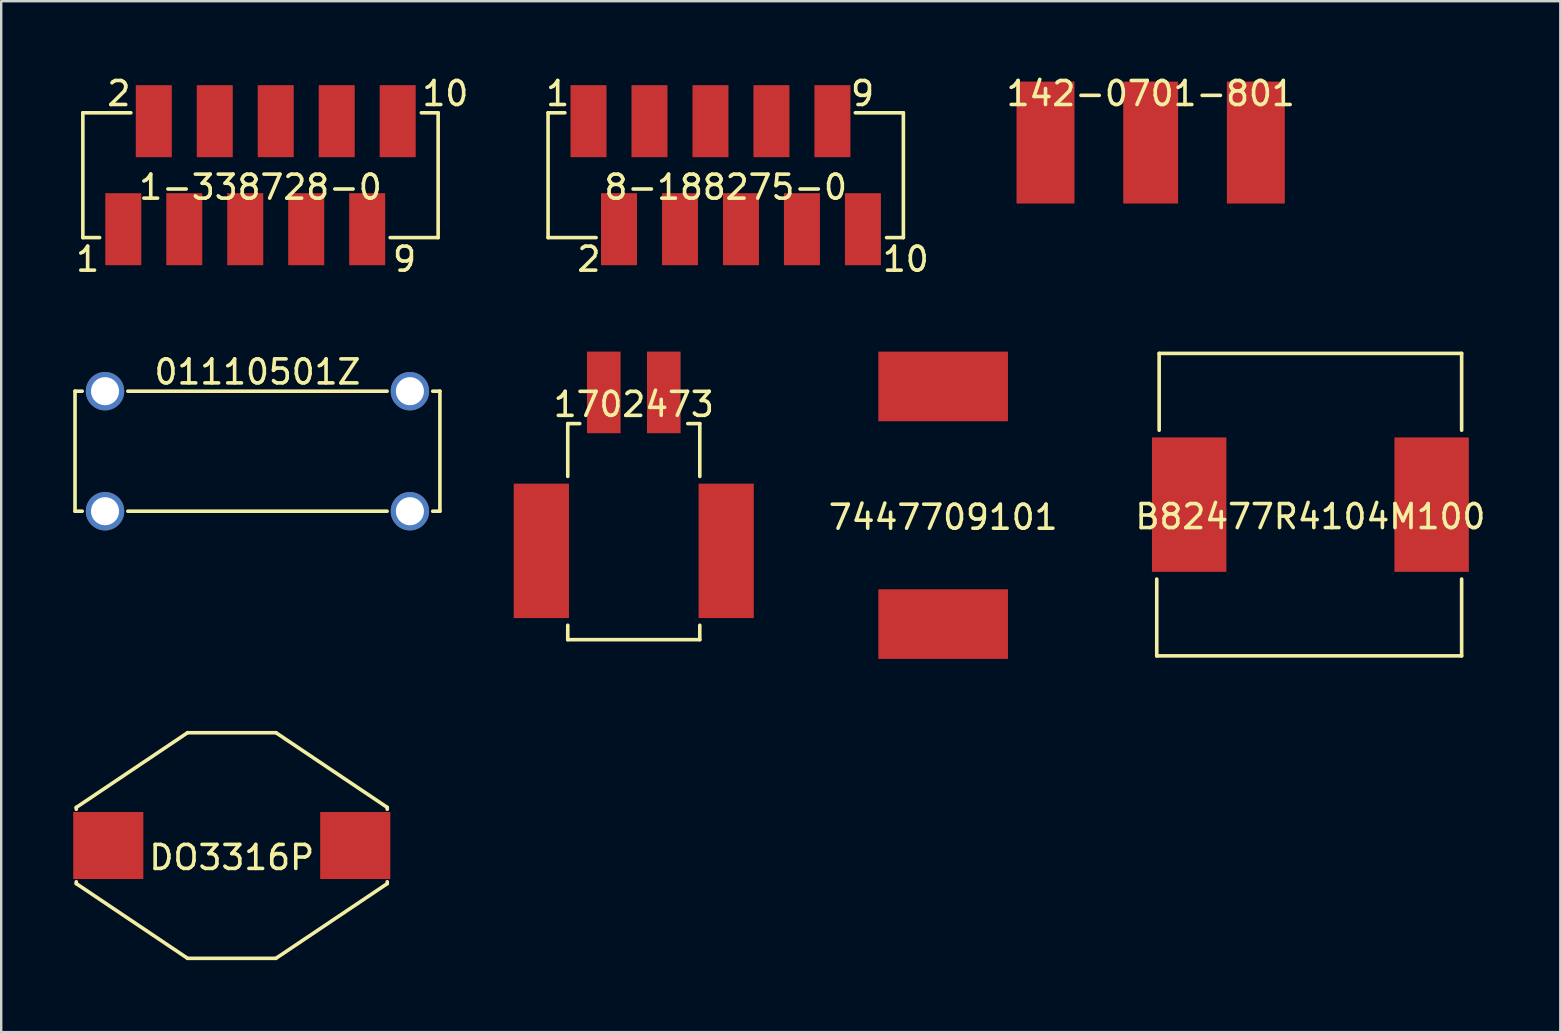
<source format=kicad_pcb>
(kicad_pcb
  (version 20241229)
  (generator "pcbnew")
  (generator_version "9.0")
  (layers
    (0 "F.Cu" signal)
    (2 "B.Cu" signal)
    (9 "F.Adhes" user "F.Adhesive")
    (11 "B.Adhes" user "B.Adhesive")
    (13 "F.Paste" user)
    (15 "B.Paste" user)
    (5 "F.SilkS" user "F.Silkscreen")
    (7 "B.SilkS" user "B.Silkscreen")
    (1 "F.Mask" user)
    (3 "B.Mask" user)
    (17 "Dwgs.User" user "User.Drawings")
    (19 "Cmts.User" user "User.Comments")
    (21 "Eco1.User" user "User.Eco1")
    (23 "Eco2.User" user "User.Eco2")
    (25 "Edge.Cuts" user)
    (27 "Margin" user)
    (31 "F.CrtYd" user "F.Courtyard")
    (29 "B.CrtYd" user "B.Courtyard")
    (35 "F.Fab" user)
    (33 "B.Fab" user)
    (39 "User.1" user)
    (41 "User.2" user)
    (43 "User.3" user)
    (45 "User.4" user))
  (footprint "B82477R4104M100"
    (layer "F.Cu")
    (at 51.535 17.971)
    (property "Reference" "B82477R4104M100" (at 0 0.5 0) (layer "F.SilkS") (effects (font (size 1 1) (thickness 0.15))))
    (attr through_hole)
    (fp_line (start -6.4 6.3) (end -6.4 3.1) (stroke (width 0.15) (type solid)) (layer "F.SilkS"))
    (fp_line (start -6.4 6.3) (end 6.3 6.3) (stroke (width 0.15) (type solid)) (layer "F.SilkS"))
    (fp_line (start -6.3 -6.3) (end -6.3 -3.1) (stroke (width 0.15) (type solid)) (layer "F.SilkS"))
    (fp_line (start -6.3 -6.3) (end 6.3 -6.3) (stroke (width 0.15) (type solid)) (layer "F.SilkS"))
    (fp_line (start 6.3 -6.3) (end 6.3 -3.1) (stroke (width 0.15) (type solid)) (layer "F.SilkS"))
    (fp_line (start 6.3 6.3) (end 6.3 3.1) (stroke (width 0.15) (type solid)) (layer "F.SilkS"))
    (pad "1" smd rect (at -5.05 0) (size 3.1 5.6) (layers "F.Cu" "F.Mask" "F.Paste"))
    (pad "2" smd rect (at 5.05 0) (size 3.1 5.6) (layers "F.Cu" "F.Mask" "F.Paste")))
  (footprint "142-0701-801"
    (layer "F.Cu")
    (at 44.882 0.348)
    (property "Reference" "142-0701-801" (at 0 0.5 0) (layer "F.SilkS") (effects (font (size 1 1) (thickness 0.15))))
    (attr through_hole)
    (pad "1" smd rect (at 0 2.54) (size 2.286 5.08) (layers "F.Cu" "F.Mask"))
    (pad "2" smd rect (at -4.381 2.54) (size 2.413 5.08) (layers "F.Cu" "F.Mask"))
    (pad "2" smd rect (at 4.381 2.54) (size 2.413 5.08) (layers "F.Cu" "F.Mask")))
  (footprint "7447709101"
    (layer "F.Cu")
    (at 36.237 17.997)
    (property "Reference" "7447709101" (at 0 0.5 0) (layer "F.SilkS") (effects (font (size 1 1) (thickness 0.15))))
    (attr through_hole)
    (pad "1" smd rect (at 0 -4.95) (size 5.4 2.9) (layers "F.Cu" "F.Mask" "F.Paste"))
    (pad "2" smd rect (at 0 4.95) (size 5.4 2.9) (layers "F.Cu" "F.Mask" "F.Paste")))
  (footprint "8-188275-0"
    (layer "F.Cu")
    (at 27.18 4.248)
    (property "Reference" "8-188275-0" (at 0 0.5 0) (layer "F.SilkS") (effects (font (size 1 1) (thickness 0.15))))
    (attr through_hole)
    (fp_line (start -7.4 -2.6) (end -7.4 2.6) (stroke (width 0.15) (type solid)) (layer "F.SilkS"))
    (fp_line (start -7.4 -2.6) (end -6.7 -2.6) (stroke (width 0.15) (type solid)) (layer "F.SilkS"))
    (fp_line (start -7.4 2.6) (end -5.4 2.6) (stroke (width 0.15) (type solid)) (layer "F.SilkS"))
    (fp_line (start 7.4 -2.6) (end 5.4 -2.6) (stroke (width 0.15) (type solid)) (layer "F.SilkS"))
    (fp_line (start 7.4 -2.6) (end 7.4 2.6) (stroke (width 0.15) (type solid)) (layer "F.SilkS"))
    (fp_line (start 7.4 2.6) (end 6.7 2.6) (stroke (width 0.15) (type solid)) (layer "F.SilkS"))
    (fp_text user "1" (at -7 -3.4 0) (layer "F.SilkS") (effects (font (size 1 1) (thickness 0.15))))
    (fp_text user "2" (at -5.7 3.5 0) (layer "F.SilkS") (effects (font (size 1 1) (thickness 0.15))))
    (fp_text user "10" (at 7.5 3.5 0) (layer "F.SilkS") (effects (font (size 1 1) (thickness 0.15))))
    (fp_text user "9" (at 5.7 -3.4 0) (layer "F.SilkS") (effects (font (size 1 1) (thickness 0.15))))
    (pad "1" smd rect (at -5.715 -2.25 90) (size 3 1.5) (layers "F.Cu" "F.Mask" "F.Paste"))
    (pad "2" smd rect (at -4.445 2.25 90) (size 3 1.5) (layers "F.Cu" "F.Mask" "F.Paste"))
    (pad "3" smd rect (at -3.175 -2.25 90) (size 3 1.5) (layers "F.Cu" "F.Mask" "F.Paste"))
    (pad "4" smd rect (at -1.905 2.25 90) (size 3 1.5) (layers "F.Cu" "F.Mask" "F.Paste"))
    (pad "5" smd rect (at -0.635 -2.25 90) (size 3 1.5) (layers "F.Cu" "F.Mask" "F.Paste"))
    (pad "6" smd rect (at 0.635 2.25 90) (size 3 1.5) (layers "F.Cu" "F.Mask" "F.Paste"))
    (pad "7" smd rect (at 1.905 -2.25 90) (size 3 1.5) (layers "F.Cu" "F.Mask" "F.Paste"))
    (pad "8" smd rect (at 3.175 2.25 90) (size 3 1.5) (layers "F.Cu" "F.Mask" "F.Paste"))
    (pad "9" smd rect (at 4.445 -2.25 90) (size 3 1.5) (layers "F.Cu" "F.Mask" "F.Paste"))
    (pad "10" smd rect (at 5.715 2.25 90) (size 3 1.5) (layers "F.Cu" "F.Mask" "F.Paste")))
  (footprint "01110501Z"
    (layer "F.Cu")
    (at 7.675 15.745)
    (property "Reference" "01110501Z" (at 0 -3.3 0) (layer "F.SilkS") (effects (font (size 1 1) (thickness 0.15))))
    (attr through_hole)
    (fp_line (start -7.6 -2.5) (end -7.6 2.5) (stroke (width 0.15) (type solid)) (layer "F.SilkS"))
    (fp_line (start -7.6 -2.5) (end -7.3 -2.5) (stroke (width 0.15) (type solid)) (layer "F.SilkS"))
    (fp_line (start -7.6 2.5) (end -7.3 2.5) (stroke (width 0.15) (type solid)) (layer "F.SilkS"))
    (fp_line (start -5.4 -2.5) (end 5.4 -2.5) (stroke (width 0.15) (type solid)) (layer "F.SilkS"))
    (fp_line (start -5.4 2.5) (end 5.4 2.5) (stroke (width 0.15) (type solid)) (layer "F.SilkS"))
    (fp_line (start 7.6 -2.5) (end 7.3 -2.5) (stroke (width 0.15) (type solid)) (layer "F.SilkS"))
    (fp_line (start 7.6 -2.5) (end 7.6 2.5) (stroke (width 0.15) (type solid)) (layer "F.SilkS"))
    (fp_line (start 7.6 2.5) (end 7.3 2.5) (stroke (width 0.15) (type solid)) (layer "F.SilkS"))
    (pad "1" thru_hole circle (at -6.35 -2.5) (size 1.6 1.6) (drill 1.17) (layers "*.Cu" "*.Mask"))
    (pad "1" thru_hole circle (at -6.35 2.5) (size 1.6 1.6) (drill 1.17) (layers "*.Cu" "*.Mask"))
    (pad "2" thru_hole circle (at 6.35 -2.5) (size 1.6 1.6) (drill 1.17) (layers "*.Cu" "*.Mask"))
    (pad "2" thru_hole circle (at 6.35 2.5) (size 1.6 1.6) (drill 1.17) (layers "*.Cu" "*.Mask")))
  (footprint "1702473"
    (layer "F.Cu")
    (at 23.35 13.296)
    (property "Reference" "1702473" (at 0 0.5 0) (layer "F.SilkS") (effects (font (size 1 1) (thickness 0.15))))
    (attr through_hole)
    (fp_line (start -2.75 1.3) (end -2.75 3.5) (stroke (width 0.15) (type solid)) (layer "F.SilkS"))
    (fp_line (start -2.75 1.3) (end -2.25 1.3) (stroke (width 0.15) (type solid)) (layer "F.SilkS"))
    (fp_line (start -2.75 10.3) (end -2.75 9.7) (stroke (width 0.15) (type solid)) (layer "F.SilkS"))
    (fp_line (start -2.75 10.3) (end 2.75 10.3) (stroke (width 0.15) (type solid)) (layer "F.SilkS"))
    (fp_line (start 2.75 1.3) (end 2.25 1.3) (stroke (width 0.15) (type solid)) (layer "F.SilkS"))
    (fp_line (start 2.75 1.3) (end 2.75 3.5) (stroke (width 0.15) (type solid)) (layer "F.SilkS"))
    (fp_line (start 2.75 10.3) (end 2.75 9.7) (stroke (width 0.15) (type solid)) (layer "F.SilkS"))
    (pad "" smd rect (at -3.85 6.6) (size 2.3 5.6) (layers "F.Cu" "F.Mask" "F.Paste"))
    (pad "" smd rect (at 3.85 6.6) (size 2.3 5.6) (layers "F.Cu" "F.Mask" "F.Paste"))
    (pad "1" smd rect (at -1.25 0) (size 1.4 3.4) (layers "F.Cu" "F.Mask" "F.Paste"))
    (pad "2" smd rect (at 1.25 0) (size 1.4 3.4) (layers "F.Cu" "F.Mask" "F.Paste")))
  (footprint "1-338728-0"
    (layer "F.Cu")
    (at 7.801 4.248)
    (property "Reference" "1-338728-0" (at 0 0.5 0) (layer "F.SilkS") (effects (font (size 1 1) (thickness 0.15))))
    (attr through_hole)
    (fp_line (start -7.4 -2.6) (end -7.4 2.6) (stroke (width 0.15) (type solid)) (layer "F.SilkS"))
    (fp_line (start -7.4 -2.6) (end -5.4 -2.6) (stroke (width 0.15) (type solid)) (layer "F.SilkS"))
    (fp_line (start -7.4 2.6) (end -6.7 2.6) (stroke (width 0.15) (type solid)) (layer "F.SilkS"))
    (fp_line (start 7.4 -2.6) (end 6.7 -2.6) (stroke (width 0.15) (type solid)) (layer "F.SilkS"))
    (fp_line (start 7.4 -2.6) (end 7.4 2.6) (stroke (width 0.15) (type solid)) (layer "F.SilkS"))
    (fp_line (start 7.4 2.6) (end 5.4 2.6) (stroke (width 0.15) (type solid)) (layer "F.SilkS"))
    (fp_text user "2" (at -5.9 -3.4 0) (layer "F.SilkS") (effects (font (size 1 1) (thickness 0.15))))
    (fp_text user "10" (at 7.7 -3.4 0) (layer "F.SilkS") (effects (font (size 1 1) (thickness 0.15))))
    (fp_text user "9" (at 6 3.5 0) (layer "F.SilkS") (effects (font (size 1 1) (thickness 0.15))))
    (fp_text user "1" (at -7.2 3.5 0) (layer "F.SilkS") (effects (font (size 1 1) (thickness 0.15))))
    (pad "1" smd rect (at -5.715 2.25) (size 1.5 3) (layers "F.Cu" "F.Mask" "F.Paste"))
    (pad "2" smd rect (at -4.445 -2.25) (size 1.5 3) (layers "F.Cu" "F.Mask" "F.Paste"))
    (pad "3" smd rect (at -3.175 2.25) (size 1.5 3) (layers "F.Cu" "F.Mask" "F.Paste"))
    (pad "4" smd rect (at -1.905 -2.25) (size 1.5 3) (layers "F.Cu" "F.Mask" "F.Paste"))
    (pad "5" smd rect (at -0.635 2.25) (size 1.5 3) (layers "F.Cu" "F.Mask" "F.Paste"))
    (pad "6" smd rect (at 0.635 -2.25) (size 1.5 3) (layers "F.Cu" "F.Mask" "F.Paste"))
    (pad "7" smd rect (at 1.905 2.25) (size 1.5 3) (layers "F.Cu" "F.Mask" "F.Paste"))
    (pad "8" smd rect (at 3.175 -2.25) (size 1.5 3) (layers "F.Cu" "F.Mask" "F.Paste"))
    (pad "9" smd rect (at 4.445 2.25) (size 1.5 3) (layers "F.Cu" "F.Mask" "F.Paste"))
    (pad "10" smd rect (at 5.715 -2.25) (size 1.5 3) (layers "F.Cu" "F.Mask" "F.Paste")))
  (footprint "DO3316P"
    (layer "F.Cu")
    (at 6.604 32.17)
    (property "Reference" "DO3316P" (at 0 0.5 0) (layer "F.SilkS") (effects (font (size 1 1) (thickness 0.15))))
    (attr through_hole)
    (fp_line (start -6.477 -1.587) (end -6.477 -1.511) (stroke (width 0.15) (type solid)) (layer "F.SilkS"))
    (fp_line (start -6.477 -1.587) (end -1.841 -4.699) (stroke (width 0.15) (type solid)) (layer "F.SilkS"))
    (fp_line (start -6.477 1.587) (end -6.477 1.511) (stroke (width 0.15) (type solid)) (layer "F.SilkS"))
    (fp_line (start -6.477 1.587) (end -1.841 4.699) (stroke (width 0.15) (type solid)) (layer "F.SilkS"))
    (fp_line (start -1.841 -4.699) (end 1.841 -4.699) (stroke (width 0.15) (type solid)) (layer "F.SilkS"))
    (fp_line (start -1.841 4.699) (end 1.841 4.699) (stroke (width 0.15) (type solid)) (layer "F.SilkS"))
    (fp_line (start 6.477 -1.587) (end 1.841 -4.699) (stroke (width 0.15) (type solid)) (layer "F.SilkS"))
    (fp_line (start 6.477 -1.587) (end 6.477 -1.511) (stroke (width 0.15) (type solid)) (layer "F.SilkS"))
    (fp_line (start 6.477 1.587) (end 1.841 4.699) (stroke (width 0.15) (type solid)) (layer "F.SilkS"))
    (fp_line (start 6.477 1.587) (end 6.477 1.511) (stroke (width 0.15) (type solid)) (layer "F.SilkS"))
    (pad "1" smd rect (at -5.144 0) (size 2.921 2.794) (layers "F.Cu" "F.Mask" "F.Paste"))
    (pad "2" smd rect (at 5.144 0) (size 2.921 2.794) (layers "F.Cu" "F.Mask" "F.Paste")))
  (gr_rect
    (start -3 -3)
    (end 61.945 39.944)
    (stroke (width 0.1) (type default))
    (fill no)
    (layer "Edge.Cuts")))
</source>
